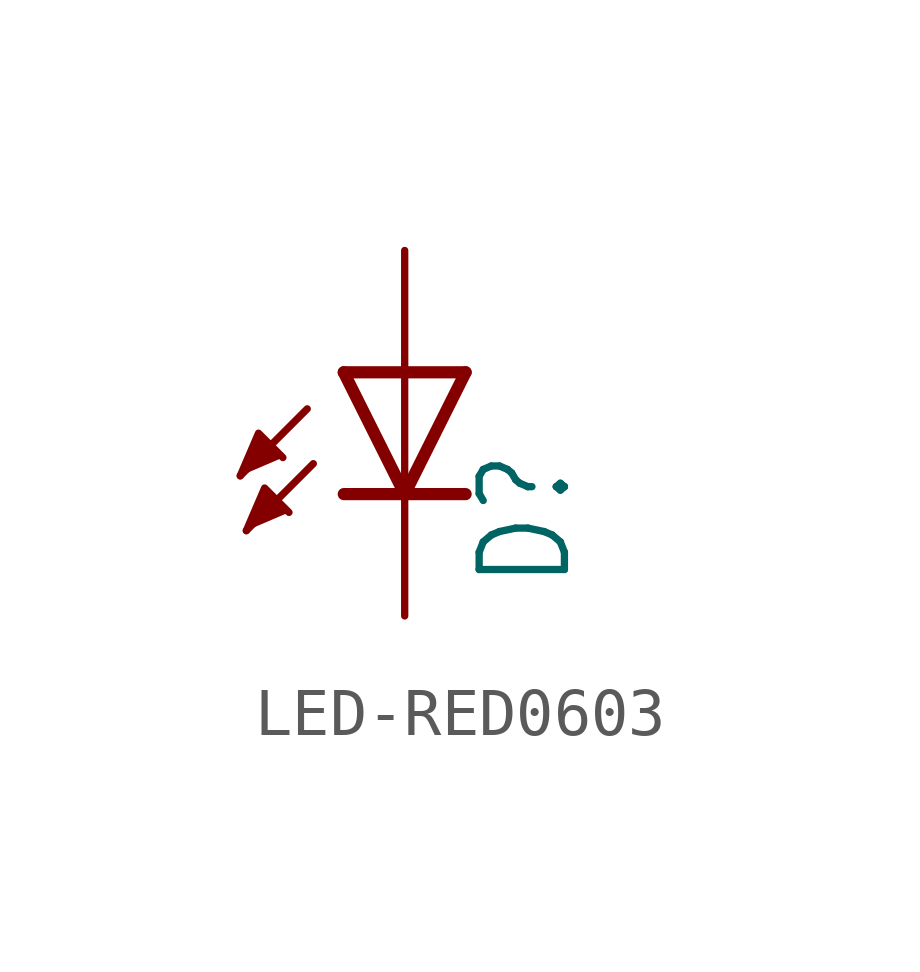
<source format=kicad_sym>
(kicad_symbol_lib
  (version 20231120)
  (generator "kicad_symbol_editor")
  (generator_version "8.0")
  (symbol "LED-RED0603"
    (property "Reference" "D"
      (at 3.556 -4.572 90)
      (effects (font (size 1.778 1.511)) (justify left bottom)))
    (property "Value" ""
      (at 5.715 -4.572 90)
      (effects (font (size 1.778 1.511)) (justify left bottom)))
    (property "ki_locked" ""
      (at 0 0 0)
      (effects (font (size 1.27 1.27))))
    (symbol "LED-RED0603_1_0"
      (polyline (pts (xy -2.032 -0.762) (xy -3.429 -2.159)) (stroke (width 0.152) (type solid)) (fill (type none)))
      (polyline (pts (xy -1.905 -1.905) (xy -3.302 -3.302)) (stroke (width 0.152) (type solid)) (fill (type none)))
      (polyline (pts (xy 0 -2.54) (xy -1.27 -2.54)) (stroke (width 0.254) (type solid)) (fill (type none)))
      (polyline (pts (xy 0 -2.54) (xy -1.27 0)) (stroke (width 0.254) (type solid)) (fill (type none)))
      (polyline (pts (xy 0 0) (xy -1.27 0)) (stroke (width 0.254) (type solid)) (fill (type none)))
      (polyline (pts (xy 0 0) (xy 0 -2.54)) (stroke (width 0.152) (type solid)) (fill (type none)))
      (polyline (pts (xy 1.27 -2.54) (xy 0 -2.54)) (stroke (width 0.254) (type solid)) (fill (type none)))
      (polyline (pts (xy 1.27 0) (xy 0 -2.54)) (stroke (width 0.254) (type solid)) (fill (type none)))
      (polyline (pts (xy 1.27 0) (xy 0 0)) (stroke (width 0.254) (type solid)) (fill (type none)))
      (polyline (pts (xy -3.429 -2.159) (xy -3.048 -1.27) (xy -2.54 -1.778)) (stroke (width 0.152) (type solid)) (fill (type outline)))
      (polyline (pts (xy -3.302 -3.302) (xy -2.921 -2.413) (xy -2.413 -2.921)) (stroke (width 0.152) (type solid)) (fill (type outline)))
      (pin passive line (at 0 2.54 270) (length 2.54) (name "A" (effects (font (size 0 0)))) (number "A" (effects (font (size 0 0)))))
      (pin passive line (at 0 -5.08 90) (length 2.54) (name "C" (effects (font (size 0 0)))) (number "C" (effects (font (size 0 0))))))))
</source>
